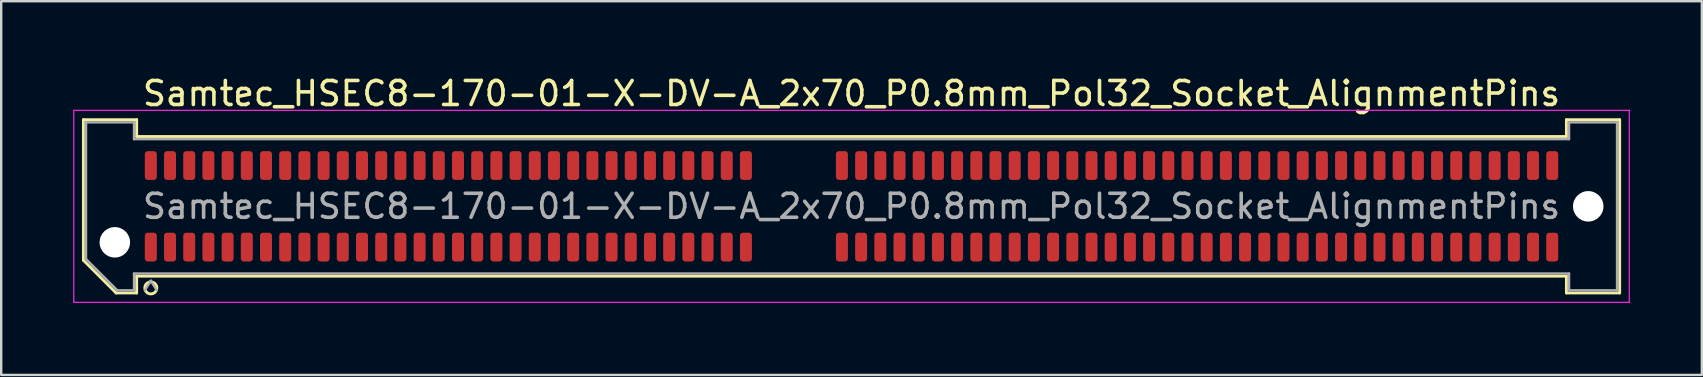
<source format=kicad_pcb>
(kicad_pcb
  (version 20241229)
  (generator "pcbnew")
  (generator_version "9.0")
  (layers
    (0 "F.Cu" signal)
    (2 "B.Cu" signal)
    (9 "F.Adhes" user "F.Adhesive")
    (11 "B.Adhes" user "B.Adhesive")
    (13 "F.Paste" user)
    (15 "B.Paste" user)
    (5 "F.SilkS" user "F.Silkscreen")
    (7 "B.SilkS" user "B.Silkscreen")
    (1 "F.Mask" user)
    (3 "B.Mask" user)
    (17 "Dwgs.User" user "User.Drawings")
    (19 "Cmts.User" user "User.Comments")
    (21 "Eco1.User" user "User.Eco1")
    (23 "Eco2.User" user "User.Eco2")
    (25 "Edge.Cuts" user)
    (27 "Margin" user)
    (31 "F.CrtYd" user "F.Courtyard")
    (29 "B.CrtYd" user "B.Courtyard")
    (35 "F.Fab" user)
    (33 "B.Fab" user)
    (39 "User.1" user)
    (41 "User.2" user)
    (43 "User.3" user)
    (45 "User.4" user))
  (footprint "Samtec_HSEC8-170-01-X-DV-A_2x70_P0.8mm_Pol32_Socket_AlignmentPins"
    (layer "F.Cu")
    (at 32.435 5.548)
    (property "Reference" "Samtec_HSEC8-170-01-X-DV-A_2x70_P0.8mm_Pol32_Socket_AlignmentPins" (at 0 -4.7 0) (layer "F.SilkS") (effects (font (size 1 1) (thickness 0.15))))
    (attr smd)
    (fp_line (start -32.01 -3.61) (end -29.79 -3.61) (stroke (width 0.12) (type solid)) (layer "F.SilkS"))
    (fp_line (start -32.01 2.246) (end -32.01 -3.61) (stroke (width 0.12) (type solid)) (layer "F.SilkS"))
    (fp_line (start -30.646 3.61) (end -32.01 2.246) (stroke (width 0.12) (type solid)) (layer "F.SilkS"))
    (fp_line (start -29.79 -3.61) (end -29.79 -2.91) (stroke (width 0.12) (type solid)) (layer "F.SilkS"))
    (fp_line (start -29.79 -2.91) (end 29.79 -2.91) (stroke (width 0.12) (type solid)) (layer "F.SilkS"))
    (fp_line (start -29.79 2.91) (end -29.79 3.61) (stroke (width 0.12) (type solid)) (layer "F.SilkS"))
    (fp_line (start -29.79 3.61) (end -30.646 3.61) (stroke (width 0.12) (type solid)) (layer "F.SilkS"))
    (fp_line (start 29.79 -3.61) (end 32.01 -3.61) (stroke (width 0.12) (type solid)) (layer "F.SilkS"))
    (fp_line (start 29.79 -2.91) (end 29.79 -3.61) (stroke (width 0.12) (type solid)) (layer "F.SilkS"))
    (fp_line (start 29.79 2.91) (end -29.79 2.91) (stroke (width 0.12) (type solid)) (layer "F.SilkS"))
    (fp_line (start 29.79 3.61) (end 29.79 2.91) (stroke (width 0.12) (type solid)) (layer "F.SilkS"))
    (fp_line (start 32.01 -3.61) (end 32.01 3.61) (stroke (width 0.12) (type solid)) (layer "F.SilkS"))
    (fp_line (start 32.01 3.61) (end 29.79 3.61) (stroke (width 0.12) (type solid)) (layer "F.SilkS"))
    (fp_arc (start -28.95 3.4) (mid -29.45 3.4) (end -28.95 3.4) (stroke (width 0.12) (type solid)) (layer "F.SilkS"))
    (fp_line (start -32.41 -4) (end -32.41 4) (stroke (width 0.05) (type solid)) (layer "F.CrtYd"))
    (fp_line (start -32.41 4) (end 32.41 4) (stroke (width 0.05) (type solid)) (layer "F.CrtYd"))
    (fp_line (start 32.41 -4) (end -32.41 -4) (stroke (width 0.05) (type solid)) (layer "F.CrtYd"))
    (fp_line (start 32.41 4) (end 32.41 -4) (stroke (width 0.05) (type solid)) (layer "F.CrtYd"))
    (fp_line (start -31.9 -3.5) (end -29.9 -3.5) (stroke (width 0.1) (type solid)) (layer "F.Fab"))
    (fp_line (start -31.9 2.2) (end -31.9 -3.5) (stroke (width 0.1) (type solid)) (layer "F.Fab"))
    (fp_line (start -30.6 3.5) (end -31.9 2.2) (stroke (width 0.1) (type solid)) (layer "F.Fab"))
    (fp_line (start -29.9 -3.5) (end -29.9 -2.8) (stroke (width 0.1) (type solid)) (layer "F.Fab"))
    (fp_line (start -29.9 -2.8) (end 29.9 -2.8) (stroke (width 0.1) (type solid)) (layer "F.Fab"))
    (fp_line (start -29.9 2.8) (end -29.9 3.5) (stroke (width 0.1) (type solid)) (layer "F.Fab"))
    (fp_line (start -29.9 3.5) (end -30.6 3.5) (stroke (width 0.1) (type solid)) (layer "F.Fab"))
    (fp_line (start -29.2 3.1) (end -29.45 3.5) (stroke (width 0.1) (type solid)) (layer "F.Fab"))
    (fp_line (start -29.2 3.1) (end -28.95 3.5) (stroke (width 0.1) (type solid)) (layer "F.Fab"))
    (fp_line (start 29.9 -3.5) (end 31.9 -3.5) (stroke (width 0.1) (type solid)) (layer "F.Fab"))
    (fp_line (start 29.9 -2.8) (end 29.9 -3.5) (stroke (width 0.1) (type solid)) (layer "F.Fab"))
    (fp_line (start 29.9 2.8) (end -29.9 2.8) (stroke (width 0.1) (type solid)) (layer "F.Fab"))
    (fp_line (start 29.9 3.5) (end 29.9 2.8) (stroke (width 0.1) (type solid)) (layer "F.Fab"))
    (fp_line (start 31.9 -3.5) (end 31.9 3.5) (stroke (width 0.1) (type solid)) (layer "F.Fab"))
    (fp_line (start 31.9 3.5) (end 29.9 3.5) (stroke (width 0.1) (type solid)) (layer "F.Fab"))
    (fp_text user "${REFERENCE}" (at 0 0 0) (layer "F.Fab") (effects (font (size 1 1) (thickness 0.15))))
    (pad "" np_thru_hole circle (at -30.7 1.5) (size 1.27 1.27) (drill 1.27) (layers "*.Cu" "*.Mask"))
    (pad "" np_thru_hole circle (at 30.7 0) (size 1.27 1.27) (drill 1.27) (layers "*.Cu" "*.Mask"))
    (pad "1" smd roundrect (at -29.2 1.7) (size 0.5 1.2) (layers "F.Cu" "F.Mask" "F.Paste") (roundrect_rratio 0.25))
    (pad "2" smd roundrect (at -29.2 -1.7) (size 0.5 1.2) (layers "F.Cu" "F.Mask" "F.Paste") (roundrect_rratio 0.25))
    (pad "3" smd roundrect (at -28.4 1.7) (size 0.5 1.2) (layers "F.Cu" "F.Mask" "F.Paste") (roundrect_rratio 0.25))
    (pad "4" smd roundrect (at -28.4 -1.7) (size 0.5 1.2) (layers "F.Cu" "F.Mask" "F.Paste") (roundrect_rratio 0.25))
    (pad "5" smd roundrect (at -27.6 1.7) (size 0.5 1.2) (layers "F.Cu" "F.Mask" "F.Paste") (roundrect_rratio 0.25))
    (pad "6" smd roundrect (at -27.6 -1.7) (size 0.5 1.2) (layers "F.Cu" "F.Mask" "F.Paste") (roundrect_rratio 0.25))
    (pad "7" smd roundrect (at -26.8 1.7) (size 0.5 1.2) (layers "F.Cu" "F.Mask" "F.Paste") (roundrect_rratio 0.25))
    (pad "8" smd roundrect (at -26.8 -1.7) (size 0.5 1.2) (layers "F.Cu" "F.Mask" "F.Paste") (roundrect_rratio 0.25))
    (pad "9" smd roundrect (at -26 1.7) (size 0.5 1.2) (layers "F.Cu" "F.Mask" "F.Paste") (roundrect_rratio 0.25))
    (pad "10" smd roundrect (at -26 -1.7) (size 0.5 1.2) (layers "F.Cu" "F.Mask" "F.Paste") (roundrect_rratio 0.25))
    (pad "11" smd roundrect (at -25.2 1.7) (size 0.5 1.2) (layers "F.Cu" "F.Mask" "F.Paste") (roundrect_rratio 0.25))
    (pad "12" smd roundrect (at -25.2 -1.7) (size 0.5 1.2) (layers "F.Cu" "F.Mask" "F.Paste") (roundrect_rratio 0.25))
    (pad "13" smd roundrect (at -24.4 1.7) (size 0.5 1.2) (layers "F.Cu" "F.Mask" "F.Paste") (roundrect_rratio 0.25))
    (pad "14" smd roundrect (at -24.4 -1.7) (size 0.5 1.2) (layers "F.Cu" "F.Mask" "F.Paste") (roundrect_rratio 0.25))
    (pad "15" smd roundrect (at -23.6 1.7) (size 0.5 1.2) (layers "F.Cu" "F.Mask" "F.Paste") (roundrect_rratio 0.25))
    (pad "16" smd roundrect (at -23.6 -1.7) (size 0.5 1.2) (layers "F.Cu" "F.Mask" "F.Paste") (roundrect_rratio 0.25))
    (pad "17" smd roundrect (at -22.8 1.7) (size 0.5 1.2) (layers "F.Cu" "F.Mask" "F.Paste") (roundrect_rratio 0.25))
    (pad "18" smd roundrect (at -22.8 -1.7) (size 0.5 1.2) (layers "F.Cu" "F.Mask" "F.Paste") (roundrect_rratio 0.25))
    (pad "19" smd roundrect (at -22 1.7) (size 0.5 1.2) (layers "F.Cu" "F.Mask" "F.Paste") (roundrect_rratio 0.25))
    (pad "20" smd roundrect (at -22 -1.7) (size 0.5 1.2) (layers "F.Cu" "F.Mask" "F.Paste") (roundrect_rratio 0.25))
    (pad "21" smd roundrect (at -21.2 1.7) (size 0.5 1.2) (layers "F.Cu" "F.Mask" "F.Paste") (roundrect_rratio 0.25))
    (pad "22" smd roundrect (at -21.2 -1.7) (size 0.5 1.2) (layers "F.Cu" "F.Mask" "F.Paste") (roundrect_rratio 0.25))
    (pad "23" smd roundrect (at -20.4 1.7) (size 0.5 1.2) (layers "F.Cu" "F.Mask" "F.Paste") (roundrect_rratio 0.25))
    (pad "24" smd roundrect (at -20.4 -1.7) (size 0.5 1.2) (layers "F.Cu" "F.Mask" "F.Paste") (roundrect_rratio 0.25))
    (pad "25" smd roundrect (at -19.6 1.7) (size 0.5 1.2) (layers "F.Cu" "F.Mask" "F.Paste") (roundrect_rratio 0.25))
    (pad "26" smd roundrect (at -19.6 -1.7) (size 0.5 1.2) (layers "F.Cu" "F.Mask" "F.Paste") (roundrect_rratio 0.25))
    (pad "27" smd roundrect (at -18.8 1.7) (size 0.5 1.2) (layers "F.Cu" "F.Mask" "F.Paste") (roundrect_rratio 0.25))
    (pad "28" smd roundrect (at -18.8 -1.7) (size 0.5 1.2) (layers "F.Cu" "F.Mask" "F.Paste") (roundrect_rratio 0.25))
    (pad "29" smd roundrect (at -18 1.7) (size 0.5 1.2) (layers "F.Cu" "F.Mask" "F.Paste") (roundrect_rratio 0.25))
    (pad "30" smd roundrect (at -18 -1.7) (size 0.5 1.2) (layers "F.Cu" "F.Mask" "F.Paste") (roundrect_rratio 0.25))
    (pad "31" smd roundrect (at -17.2 1.7) (size 0.5 1.2) (layers "F.Cu" "F.Mask" "F.Paste") (roundrect_rratio 0.25))
    (pad "32" smd roundrect (at -17.2 -1.7) (size 0.5 1.2) (layers "F.Cu" "F.Mask" "F.Paste") (roundrect_rratio 0.25))
    (pad "33" smd roundrect (at -16.4 1.7) (size 0.5 1.2) (layers "F.Cu" "F.Mask" "F.Paste") (roundrect_rratio 0.25))
    (pad "34" smd roundrect (at -16.4 -1.7) (size 0.5 1.2) (layers "F.Cu" "F.Mask" "F.Paste") (roundrect_rratio 0.25))
    (pad "35" smd roundrect (at -15.6 1.7) (size 0.5 1.2) (layers "F.Cu" "F.Mask" "F.Paste") (roundrect_rratio 0.25))
    (pad "36" smd roundrect (at -15.6 -1.7) (size 0.5 1.2) (layers "F.Cu" "F.Mask" "F.Paste") (roundrect_rratio 0.25))
    (pad "37" smd roundrect (at -14.8 1.7) (size 0.5 1.2) (layers "F.Cu" "F.Mask" "F.Paste") (roundrect_rratio 0.25))
    (pad "38" smd roundrect (at -14.8 -1.7) (size 0.5 1.2) (layers "F.Cu" "F.Mask" "F.Paste") (roundrect_rratio 0.25))
    (pad "39" smd roundrect (at -14 1.7) (size 0.5 1.2) (layers "F.Cu" "F.Mask" "F.Paste") (roundrect_rratio 0.25))
    (pad "40" smd roundrect (at -14 -1.7) (size 0.5 1.2) (layers "F.Cu" "F.Mask" "F.Paste") (roundrect_rratio 0.25))
    (pad "41" smd roundrect (at -13.2 1.7) (size 0.5 1.2) (layers "F.Cu" "F.Mask" "F.Paste") (roundrect_rratio 0.25))
    (pad "42" smd roundrect (at -13.2 -1.7) (size 0.5 1.2) (layers "F.Cu" "F.Mask" "F.Paste") (roundrect_rratio 0.25))
    (pad "43" smd roundrect (at -12.4 1.7) (size 0.5 1.2) (layers "F.Cu" "F.Mask" "F.Paste") (roundrect_rratio 0.25))
    (pad "44" smd roundrect (at -12.4 -1.7) (size 0.5 1.2) (layers "F.Cu" "F.Mask" "F.Paste") (roundrect_rratio 0.25))
    (pad "45" smd roundrect (at -11.6 1.7) (size 0.5 1.2) (layers "F.Cu" "F.Mask" "F.Paste") (roundrect_rratio 0.25))
    (pad "46" smd roundrect (at -11.6 -1.7) (size 0.5 1.2) (layers "F.Cu" "F.Mask" "F.Paste") (roundrect_rratio 0.25))
    (pad "47" smd roundrect (at -10.8 1.7) (size 0.5 1.2) (layers "F.Cu" "F.Mask" "F.Paste") (roundrect_rratio 0.25))
    (pad "48" smd roundrect (at -10.8 -1.7) (size 0.5 1.2) (layers "F.Cu" "F.Mask" "F.Paste") (roundrect_rratio 0.25))
    (pad "49" smd roundrect (at -10 1.7) (size 0.5 1.2) (layers "F.Cu" "F.Mask" "F.Paste") (roundrect_rratio 0.25))
    (pad "50" smd roundrect (at -10 -1.7) (size 0.5 1.2) (layers "F.Cu" "F.Mask" "F.Paste") (roundrect_rratio 0.25))
    (pad "51" smd roundrect (at -9.2 1.7) (size 0.5 1.2) (layers "F.Cu" "F.Mask" "F.Paste") (roundrect_rratio 0.25))
    (pad "52" smd roundrect (at -9.2 -1.7) (size 0.5 1.2) (layers "F.Cu" "F.Mask" "F.Paste") (roundrect_rratio 0.25))
    (pad "53" smd roundrect (at -8.4 1.7) (size 0.5 1.2) (layers "F.Cu" "F.Mask" "F.Paste") (roundrect_rratio 0.25))
    (pad "54" smd roundrect (at -8.4 -1.7) (size 0.5 1.2) (layers "F.Cu" "F.Mask" "F.Paste") (roundrect_rratio 0.25))
    (pad "55" smd roundrect (at -7.6 1.7) (size 0.5 1.2) (layers "F.Cu" "F.Mask" "F.Paste") (roundrect_rratio 0.25))
    (pad "56" smd roundrect (at -7.6 -1.7) (size 0.5 1.2) (layers "F.Cu" "F.Mask" "F.Paste") (roundrect_rratio 0.25))
    (pad "57" smd roundrect (at -6.8 1.7) (size 0.5 1.2) (layers "F.Cu" "F.Mask" "F.Paste") (roundrect_rratio 0.25))
    (pad "58" smd roundrect (at -6.8 -1.7) (size 0.5 1.2) (layers "F.Cu" "F.Mask" "F.Paste") (roundrect_rratio 0.25))
    (pad "59" smd roundrect (at -6 1.7) (size 0.5 1.2) (layers "F.Cu" "F.Mask" "F.Paste") (roundrect_rratio 0.25))
    (pad "60" smd roundrect (at -6 -1.7) (size 0.5 1.2) (layers "F.Cu" "F.Mask" "F.Paste") (roundrect_rratio 0.25))
    (pad "61" smd roundrect (at -5.2 1.7) (size 0.5 1.2) (layers "F.Cu" "F.Mask" "F.Paste") (roundrect_rratio 0.25))
    (pad "62" smd roundrect (at -5.2 -1.7) (size 0.5 1.2) (layers "F.Cu" "F.Mask" "F.Paste") (roundrect_rratio 0.25))
    (pad "63" smd roundrect (at -4.4 1.7) (size 0.5 1.2) (layers "F.Cu" "F.Mask" "F.Paste") (roundrect_rratio 0.25))
    (pad "64" smd roundrect (at -4.4 -1.7) (size 0.5 1.2) (layers "F.Cu" "F.Mask" "F.Paste") (roundrect_rratio 0.25))
    (pad "65" smd roundrect (at -0.4 1.7) (size 0.5 1.2) (layers "F.Cu" "F.Mask" "F.Paste") (roundrect_rratio 0.25))
    (pad "66" smd roundrect (at -0.4 -1.7) (size 0.5 1.2) (layers "F.Cu" "F.Mask" "F.Paste") (roundrect_rratio 0.25))
    (pad "67" smd roundrect (at 0.4 1.7) (size 0.5 1.2) (layers "F.Cu" "F.Mask" "F.Paste") (roundrect_rratio 0.25))
    (pad "68" smd roundrect (at 0.4 -1.7) (size 0.5 1.2) (layers "F.Cu" "F.Mask" "F.Paste") (roundrect_rratio 0.25))
    (pad "69" smd roundrect (at 1.2 1.7) (size 0.5 1.2) (layers "F.Cu" "F.Mask" "F.Paste") (roundrect_rratio 0.25))
    (pad "70" smd roundrect (at 1.2 -1.7) (size 0.5 1.2) (layers "F.Cu" "F.Mask" "F.Paste") (roundrect_rratio 0.25))
    (pad "71" smd roundrect (at 2 1.7) (size 0.5 1.2) (layers "F.Cu" "F.Mask" "F.Paste") (roundrect_rratio 0.25))
    (pad "72" smd roundrect (at 2 -1.7) (size 0.5 1.2) (layers "F.Cu" "F.Mask" "F.Paste") (roundrect_rratio 0.25))
    (pad "73" smd roundrect (at 2.8 1.7) (size 0.5 1.2) (layers "F.Cu" "F.Mask" "F.Paste") (roundrect_rratio 0.25))
    (pad "74" smd roundrect (at 2.8 -1.7) (size 0.5 1.2) (layers "F.Cu" "F.Mask" "F.Paste") (roundrect_rratio 0.25))
    (pad "75" smd roundrect (at 3.6 1.7) (size 0.5 1.2) (layers "F.Cu" "F.Mask" "F.Paste") (roundrect_rratio 0.25))
    (pad "76" smd roundrect (at 3.6 -1.7) (size 0.5 1.2) (layers "F.Cu" "F.Mask" "F.Paste") (roundrect_rratio 0.25))
    (pad "77" smd roundrect (at 4.4 1.7) (size 0.5 1.2) (layers "F.Cu" "F.Mask" "F.Paste") (roundrect_rratio 0.25))
    (pad "78" smd roundrect (at 4.4 -1.7) (size 0.5 1.2) (layers "F.Cu" "F.Mask" "F.Paste") (roundrect_rratio 0.25))
    (pad "79" smd roundrect (at 5.2 1.7) (size 0.5 1.2) (layers "F.Cu" "F.Mask" "F.Paste") (roundrect_rratio 0.25))
    (pad "80" smd roundrect (at 5.2 -1.7) (size 0.5 1.2) (layers "F.Cu" "F.Mask" "F.Paste") (roundrect_rratio 0.25))
    (pad "81" smd roundrect (at 6 1.7) (size 0.5 1.2) (layers "F.Cu" "F.Mask" "F.Paste") (roundrect_rratio 0.25))
    (pad "82" smd roundrect (at 6 -1.7) (size 0.5 1.2) (layers "F.Cu" "F.Mask" "F.Paste") (roundrect_rratio 0.25))
    (pad "83" smd roundrect (at 6.8 1.7) (size 0.5 1.2) (layers "F.Cu" "F.Mask" "F.Paste") (roundrect_rratio 0.25))
    (pad "84" smd roundrect (at 6.8 -1.7) (size 0.5 1.2) (layers "F.Cu" "F.Mask" "F.Paste") (roundrect_rratio 0.25))
    (pad "85" smd roundrect (at 7.6 1.7) (size 0.5 1.2) (layers "F.Cu" "F.Mask" "F.Paste") (roundrect_rratio 0.25))
    (pad "86" smd roundrect (at 7.6 -1.7) (size 0.5 1.2) (layers "F.Cu" "F.Mask" "F.Paste") (roundrect_rratio 0.25))
    (pad "87" smd roundrect (at 8.4 1.7) (size 0.5 1.2) (layers "F.Cu" "F.Mask" "F.Paste") (roundrect_rratio 0.25))
    (pad "88" smd roundrect (at 8.4 -1.7) (size 0.5 1.2) (layers "F.Cu" "F.Mask" "F.Paste") (roundrect_rratio 0.25))
    (pad "89" smd roundrect (at 9.2 1.7) (size 0.5 1.2) (layers "F.Cu" "F.Mask" "F.Paste") (roundrect_rratio 0.25))
    (pad "90" smd roundrect (at 9.2 -1.7) (size 0.5 1.2) (layers "F.Cu" "F.Mask" "F.Paste") (roundrect_rratio 0.25))
    (pad "91" smd roundrect (at 10 1.7) (size 0.5 1.2) (layers "F.Cu" "F.Mask" "F.Paste") (roundrect_rratio 0.25))
    (pad "92" smd roundrect (at 10 -1.7) (size 0.5 1.2) (layers "F.Cu" "F.Mask" "F.Paste") (roundrect_rratio 0.25))
    (pad "93" smd roundrect (at 10.8 1.7) (size 0.5 1.2) (layers "F.Cu" "F.Mask" "F.Paste") (roundrect_rratio 0.25))
    (pad "94" smd roundrect (at 10.8 -1.7) (size 0.5 1.2) (layers "F.Cu" "F.Mask" "F.Paste") (roundrect_rratio 0.25))
    (pad "95" smd roundrect (at 11.6 1.7) (size 0.5 1.2) (layers "F.Cu" "F.Mask" "F.Paste") (roundrect_rratio 0.25))
    (pad "96" smd roundrect (at 11.6 -1.7) (size 0.5 1.2) (layers "F.Cu" "F.Mask" "F.Paste") (roundrect_rratio 0.25))
    (pad "97" smd roundrect (at 12.4 1.7) (size 0.5 1.2) (layers "F.Cu" "F.Mask" "F.Paste") (roundrect_rratio 0.25))
    (pad "98" smd roundrect (at 12.4 -1.7) (size 0.5 1.2) (layers "F.Cu" "F.Mask" "F.Paste") (roundrect_rratio 0.25))
    (pad "99" smd roundrect (at 13.2 1.7) (size 0.5 1.2) (layers "F.Cu" "F.Mask" "F.Paste") (roundrect_rratio 0.25))
    (pad "100" smd roundrect (at 13.2 -1.7) (size 0.5 1.2) (layers "F.Cu" "F.Mask" "F.Paste") (roundrect_rratio 0.25))
    (pad "101" smd roundrect (at 14 1.7) (size 0.5 1.2) (layers "F.Cu" "F.Mask" "F.Paste") (roundrect_rratio 0.25))
    (pad "102" smd roundrect (at 14 -1.7) (size 0.5 1.2) (layers "F.Cu" "F.Mask" "F.Paste") (roundrect_rratio 0.25))
    (pad "103" smd roundrect (at 14.8 1.7) (size 0.5 1.2) (layers "F.Cu" "F.Mask" "F.Paste") (roundrect_rratio 0.25))
    (pad "104" smd roundrect (at 14.8 -1.7) (size 0.5 1.2) (layers "F.Cu" "F.Mask" "F.Paste") (roundrect_rratio 0.25))
    (pad "105" smd roundrect (at 15.6 1.7) (size 0.5 1.2) (layers "F.Cu" "F.Mask" "F.Paste") (roundrect_rratio 0.25))
    (pad "106" smd roundrect (at 15.6 -1.7) (size 0.5 1.2) (layers "F.Cu" "F.Mask" "F.Paste") (roundrect_rratio 0.25))
    (pad "107" smd roundrect (at 16.4 1.7) (size 0.5 1.2) (layers "F.Cu" "F.Mask" "F.Paste") (roundrect_rratio 0.25))
    (pad "108" smd roundrect (at 16.4 -1.7) (size 0.5 1.2) (layers "F.Cu" "F.Mask" "F.Paste") (roundrect_rratio 0.25))
    (pad "109" smd roundrect (at 17.2 1.7) (size 0.5 1.2) (layers "F.Cu" "F.Mask" "F.Paste") (roundrect_rratio 0.25))
    (pad "110" smd roundrect (at 17.2 -1.7) (size 0.5 1.2) (layers "F.Cu" "F.Mask" "F.Paste") (roundrect_rratio 0.25))
    (pad "111" smd roundrect (at 18 1.7) (size 0.5 1.2) (layers "F.Cu" "F.Mask" "F.Paste") (roundrect_rratio 0.25))
    (pad "112" smd roundrect (at 18 -1.7) (size 0.5 1.2) (layers "F.Cu" "F.Mask" "F.Paste") (roundrect_rratio 0.25))
    (pad "113" smd roundrect (at 18.8 1.7) (size 0.5 1.2) (layers "F.Cu" "F.Mask" "F.Paste") (roundrect_rratio 0.25))
    (pad "114" smd roundrect (at 18.8 -1.7) (size 0.5 1.2) (layers "F.Cu" "F.Mask" "F.Paste") (roundrect_rratio 0.25))
    (pad "115" smd roundrect (at 19.6 1.7) (size 0.5 1.2) (layers "F.Cu" "F.Mask" "F.Paste") (roundrect_rratio 0.25))
    (pad "116" smd roundrect (at 19.6 -1.7) (size 0.5 1.2) (layers "F.Cu" "F.Mask" "F.Paste") (roundrect_rratio 0.25))
    (pad "117" smd roundrect (at 20.4 1.7) (size 0.5 1.2) (layers "F.Cu" "F.Mask" "F.Paste") (roundrect_rratio 0.25))
    (pad "118" smd roundrect (at 20.4 -1.7) (size 0.5 1.2) (layers "F.Cu" "F.Mask" "F.Paste") (roundrect_rratio 0.25))
    (pad "119" smd roundrect (at 21.2 1.7) (size 0.5 1.2) (layers "F.Cu" "F.Mask" "F.Paste") (roundrect_rratio 0.25))
    (pad "120" smd roundrect (at 21.2 -1.7) (size 0.5 1.2) (layers "F.Cu" "F.Mask" "F.Paste") (roundrect_rratio 0.25))
    (pad "121" smd roundrect (at 22 1.7) (size 0.5 1.2) (layers "F.Cu" "F.Mask" "F.Paste") (roundrect_rratio 0.25))
    (pad "122" smd roundrect (at 22 -1.7) (size 0.5 1.2) (layers "F.Cu" "F.Mask" "F.Paste") (roundrect_rratio 0.25))
    (pad "123" smd roundrect (at 22.8 1.7) (size 0.5 1.2) (layers "F.Cu" "F.Mask" "F.Paste") (roundrect_rratio 0.25))
    (pad "124" smd roundrect (at 22.8 -1.7) (size 0.5 1.2) (layers "F.Cu" "F.Mask" "F.Paste") (roundrect_rratio 0.25))
    (pad "125" smd roundrect (at 23.6 1.7) (size 0.5 1.2) (layers "F.Cu" "F.Mask" "F.Paste") (roundrect_rratio 0.25))
    (pad "126" smd roundrect (at 23.6 -1.7) (size 0.5 1.2) (layers "F.Cu" "F.Mask" "F.Paste") (roundrect_rratio 0.25))
    (pad "127" smd roundrect (at 24.4 1.7) (size 0.5 1.2) (layers "F.Cu" "F.Mask" "F.Paste") (roundrect_rratio 0.25))
    (pad "128" smd roundrect (at 24.4 -1.7) (size 0.5 1.2) (layers "F.Cu" "F.Mask" "F.Paste") (roundrect_rratio 0.25))
    (pad "129" smd roundrect (at 25.2 1.7) (size 0.5 1.2) (layers "F.Cu" "F.Mask" "F.Paste") (roundrect_rratio 0.25))
    (pad "130" smd roundrect (at 25.2 -1.7) (size 0.5 1.2) (layers "F.Cu" "F.Mask" "F.Paste") (roundrect_rratio 0.25))
    (pad "131" smd roundrect (at 26 1.7) (size 0.5 1.2) (layers "F.Cu" "F.Mask" "F.Paste") (roundrect_rratio 0.25))
    (pad "132" smd roundrect (at 26 -1.7) (size 0.5 1.2) (layers "F.Cu" "F.Mask" "F.Paste") (roundrect_rratio 0.25))
    (pad "133" smd roundrect (at 26.8 1.7) (size 0.5 1.2) (layers "F.Cu" "F.Mask" "F.Paste") (roundrect_rratio 0.25))
    (pad "134" smd roundrect (at 26.8 -1.7) (size 0.5 1.2) (layers "F.Cu" "F.Mask" "F.Paste") (roundrect_rratio 0.25))
    (pad "135" smd roundrect (at 27.6 1.7) (size 0.5 1.2) (layers "F.Cu" "F.Mask" "F.Paste") (roundrect_rratio 0.25))
    (pad "136" smd roundrect (at 27.6 -1.7) (size 0.5 1.2) (layers "F.Cu" "F.Mask" "F.Paste") (roundrect_rratio 0.25))
    (pad "137" smd roundrect (at 28.4 1.7) (size 0.5 1.2) (layers "F.Cu" "F.Mask" "F.Paste") (roundrect_rratio 0.25))
    (pad "138" smd roundrect (at 28.4 -1.7) (size 0.5 1.2) (layers "F.Cu" "F.Mask" "F.Paste") (roundrect_rratio 0.25))
    (pad "139" smd roundrect (at 29.2 1.7) (size 0.5 1.2) (layers "F.Cu" "F.Mask" "F.Paste") (roundrect_rratio 0.25))
    (pad "140" smd roundrect (at 29.2 -1.7) (size 0.5 1.2) (layers "F.Cu" "F.Mask" "F.Paste") (roundrect_rratio 0.25)))
  (gr_rect
    (start -3 -3)
    (end 67.87 12.573)
    (stroke (width 0.1) (type default))
    (fill no)
    (layer "Edge.Cuts")))
</source>
